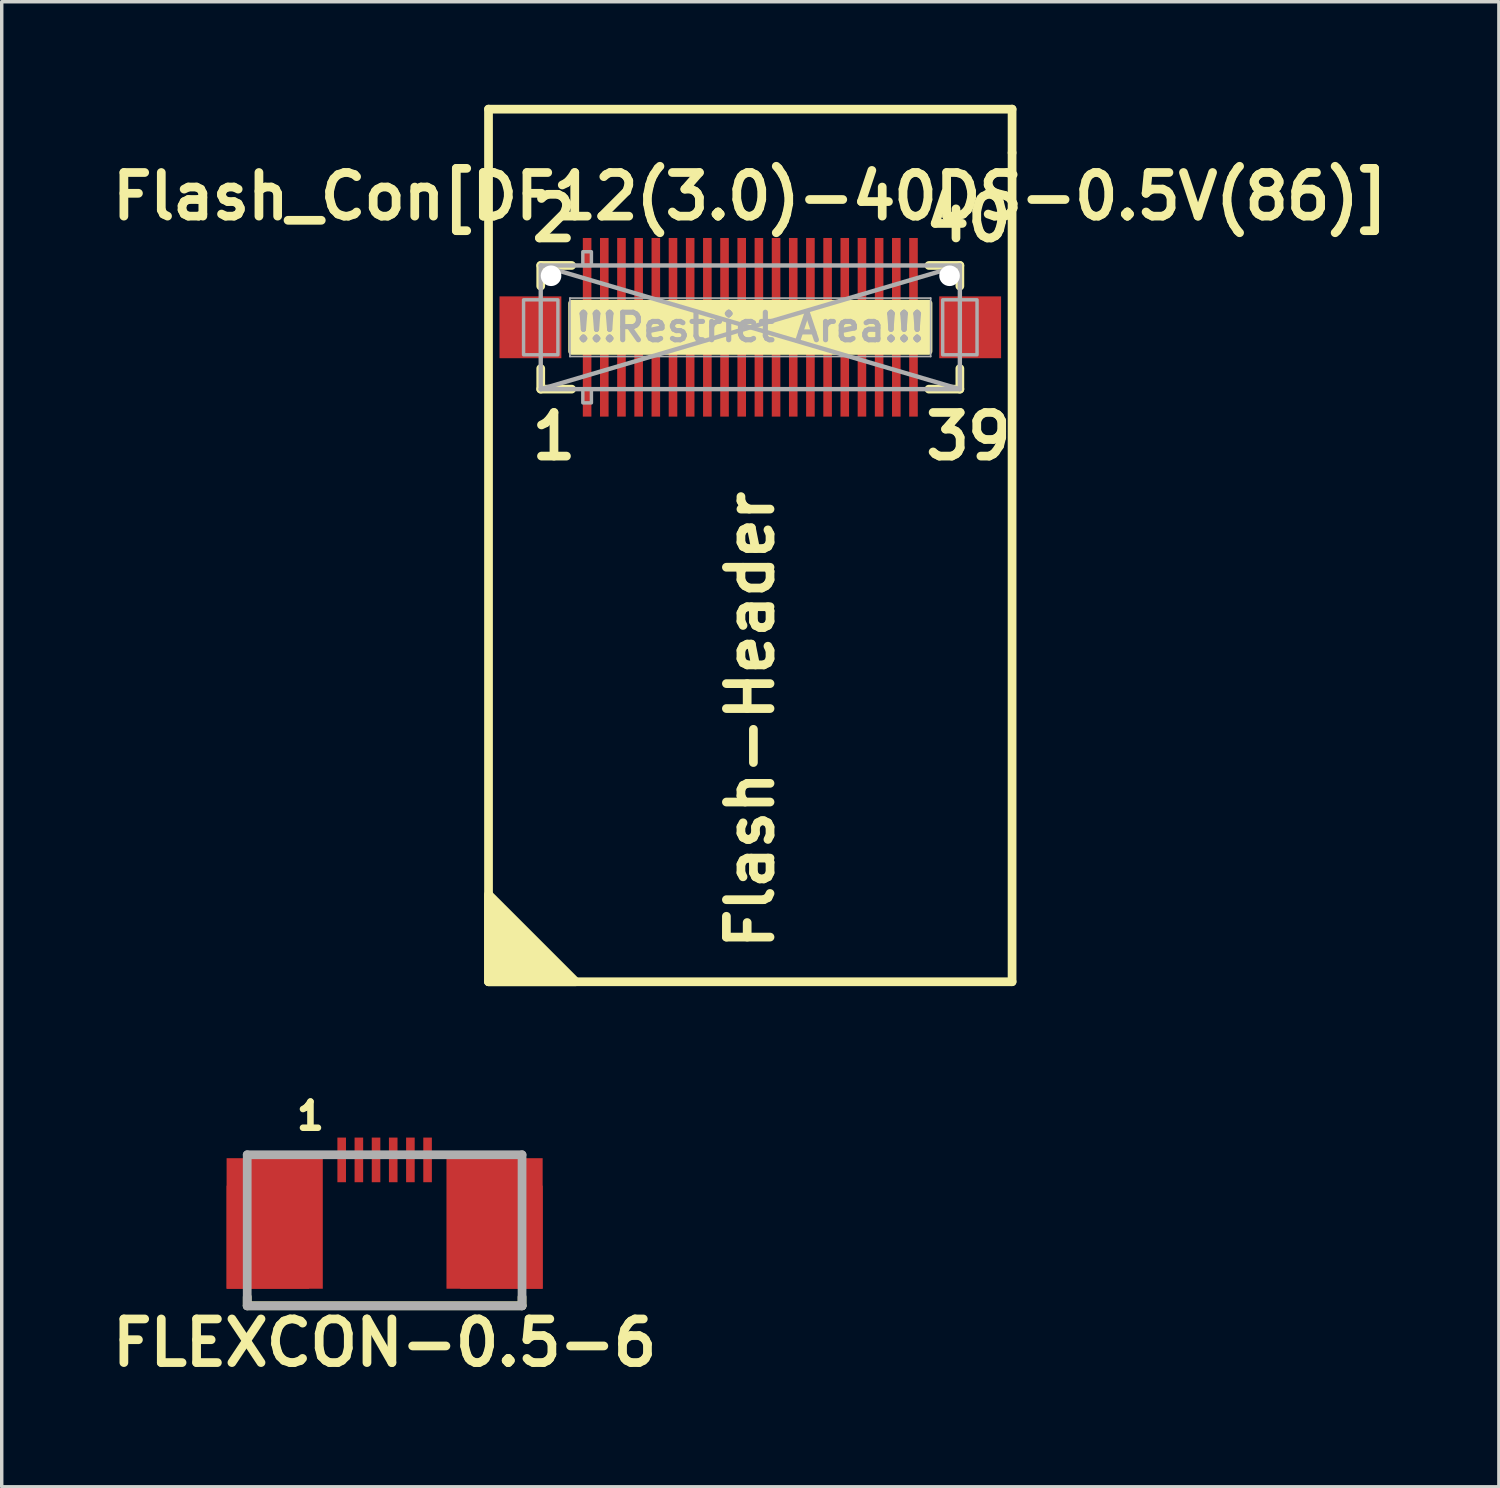
<source format=kicad_pcb>
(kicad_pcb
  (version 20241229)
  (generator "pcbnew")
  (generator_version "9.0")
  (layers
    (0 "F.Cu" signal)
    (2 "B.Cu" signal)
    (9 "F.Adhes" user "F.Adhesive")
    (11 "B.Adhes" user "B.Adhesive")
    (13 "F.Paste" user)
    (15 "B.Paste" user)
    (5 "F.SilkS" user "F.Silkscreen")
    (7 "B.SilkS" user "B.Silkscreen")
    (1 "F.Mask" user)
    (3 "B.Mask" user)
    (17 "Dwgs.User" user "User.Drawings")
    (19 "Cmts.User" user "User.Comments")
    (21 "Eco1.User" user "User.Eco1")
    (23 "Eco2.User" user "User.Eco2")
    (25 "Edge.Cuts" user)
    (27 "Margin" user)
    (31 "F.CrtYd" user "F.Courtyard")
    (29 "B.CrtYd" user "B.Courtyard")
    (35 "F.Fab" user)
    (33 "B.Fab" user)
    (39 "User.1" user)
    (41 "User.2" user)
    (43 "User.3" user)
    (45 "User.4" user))
  (footprint "Flash_Con[DF12(3.0)-40DS-0.5V(86)]"
    (layer "F.Cu")
    (at 18.79 6.477)
    (property "Reference" "Flash_Con[DF12(3.0)-40DS-0.5V(86)]" (at 0 -3.81 0) (layer "F.SilkS") (effects (font (size 1.27 1.27) (thickness 0.254))))
    (attr smd)
    (fp_line (start -7.62 -6.35) (end -7.62 19.05) (stroke (width 0.254) (type solid)) (layer "F.SilkS"))
    (fp_line (start -7.62 19.05) (end 7.62 19.05) (stroke (width 0.254) (type solid)) (layer "F.SilkS"))
    (fp_line (start -6.1 -1.8) (end -6.1 -1.2) (stroke (width 0.254) (type solid)) (layer "F.SilkS"))
    (fp_line (start -6.1 1.2) (end -6.1 1.8) (stroke (width 0.254) (type solid)) (layer "F.SilkS"))
    (fp_line (start -6.1 1.8) (end -5.2 1.8) (stroke (width 0.254) (type solid)) (layer "F.SilkS"))
    (fp_line (start -5.2 -1.8) (end -6.1 -1.8) (stroke (width 0.254) (type solid)) (layer "F.SilkS"))
    (fp_line (start 5.2 1.8) (end 6.1 1.8) (stroke (width 0.254) (type solid)) (layer "F.SilkS"))
    (fp_line (start 6.1 -1.8) (end 5.2 -1.8) (stroke (width 0.254) (type solid)) (layer "F.SilkS"))
    (fp_line (start 6.1 -1.2) (end 6.1 -1.8) (stroke (width 0.254) (type solid)) (layer "F.SilkS"))
    (fp_line (start 6.1 1.8) (end 6.1 1.2) (stroke (width 0.254) (type solid)) (layer "F.SilkS"))
    (fp_line (start 7.62 -6.35) (end -7.62 -6.35) (stroke (width 0.254) (type solid)) (layer "F.SilkS"))
    (fp_line (start 7.62 -5.08) (end 7.62 -6.35) (stroke (width 0.254) (type solid)) (layer "F.SilkS"))
    (fp_line (start 7.62 19.05) (end 7.62 -5.08) (stroke (width 0.254) (type solid)) (layer "F.SilkS"))
    (fp_poly (pts (xy -5.08 19.05) (xy -7.62 19.05) (xy -7.62 16.51)) (stroke (width 0.254) (type solid)) (fill yes) (layer "F.SilkS"))
    (fp_poly (pts (xy 5.2 0.7) (xy -5.2 0.7) (xy -5.2 -0.7) (xy 5.2 -0.7)) (stroke (width 0.2) (type solid)) (fill yes) (layer "F.SilkS"))
    (fp_line (start -6.1 -1.8) (end 6.1 -1.8) (stroke (width 0.127) (type solid)) (layer "F.Fab"))
    (fp_line (start -6.1 -1.8) (end 6.1 1.8) (stroke (width 0.127) (type solid)) (layer "F.Fab"))
    (fp_line (start -6.1 1.8) (end -6.1 -1.8) (stroke (width 0.127) (type solid)) (layer "F.Fab"))
    (fp_line (start -5.25 -0.85) (end 5.25 -0.85) (stroke (width 0.05) (type solid)) (layer "F.Fab"))
    (fp_line (start -5.25 0.85) (end -5.25 -0.85) (stroke (width 0.05) (type solid)) (layer "F.Fab"))
    (fp_line (start 5.25 -0.85) (end 5.25 0.85) (stroke (width 0.05) (type solid)) (layer "F.Fab"))
    (fp_line (start 5.25 0.85) (end -5.25 0.85) (stroke (width 0.05) (type solid)) (layer "F.Fab"))
    (fp_line (start 6.1 -1.8) (end -6.1 1.8) (stroke (width 0.127) (type solid)) (layer "F.Fab"))
    (fp_line (start 6.1 -1.8) (end 6.1 1.8) (stroke (width 0.127) (type solid)) (layer "F.Fab"))
    (fp_line (start 6.1 1.8) (end -6.1 1.8) (stroke (width 0.127) (type solid)) (layer "F.Fab"))
    (fp_poly (pts (xy -5.6 0.8) (xy -6.6 0.8) (xy -6.6 -0.8) (xy -5.6 -0.8)) (stroke (width 0.1) (type solid)) (fill no) (layer "F.Fab"))
    (fp_poly (pts (xy -4.875 1.8) (xy -4.625 1.8) (xy -4.625 2.2) (xy -4.875 2.2)) (stroke (width 0.1) (type solid)) (fill no) (layer "F.Fab"))
    (fp_poly (pts (xy -4.625 -1.8) (xy -4.875 -1.8) (xy -4.875 -2.2) (xy -4.625 -2.2)) (stroke (width 0.1) (type solid)) (fill no) (layer "F.Fab"))
    (fp_poly (pts (xy 6.6 0.8) (xy 5.6 0.8) (xy 5.6 -0.8) (xy 6.6 -0.8)) (stroke (width 0.1) (type solid)) (fill no) (layer "F.Fab"))
    (fp_text user "40" (at 6.35 -3.175 0) (layer "F.SilkS") (effects (font (size 1.27 1.27) (thickness 0.254))))
    (fp_text user "39" (at 6.35 3.175 0) (layer "F.SilkS") (effects (font (size 1.27 1.27) (thickness 0.254))))
    (fp_text user "Flash-Header" (at 0 11.43 90) (layer "F.SilkS") (effects (font (size 1.27 1.27) (thickness 0.254))))
    (fp_text user "2" (at -5.715 -3.175 0) (layer "F.SilkS") (effects (font (size 1.27 1.27) (thickness 0.254))))
    (fp_text user "1" (at -5.715 3.175 0) (layer "F.SilkS") (effects (font (size 1.27 1.27) (thickness 0.254))))
    (fp_text user "!!!Restrict Area!!!" (at 0 0 0) (layer "F.Fab") (effects (font (size 0.8 0.8) (thickness 0.15))))
    (pad "" np_thru_hole circle (at -5.8 -1.5) (size 0.6 0.6) (drill 0.6) (layers "*.Cu" "*.Mask"))
    (pad "" smd rect (at -4.75 -1.8) (size 0.23 1.6) (layers "F.Paste"))
    (pad "" smd rect (at -4.75 -1.8) (size 0.352 1.702) (layers "F.Mask"))
    (pad "" smd rect (at -4.75 1.8) (size 0.23 1.6) (layers "F.Paste"))
    (pad "" smd rect (at -4.75 1.8) (size 0.352 1.702) (layers "F.Mask"))
    (pad "" smd rect (at -4.25 -1.8) (size 0.23 1.6) (layers "F.Paste"))
    (pad "" smd rect (at -4.25 -1.8) (size 0.352 1.702) (layers "F.Mask"))
    (pad "" smd rect (at -4.25 1.8) (size 0.23 1.6) (layers "F.Paste"))
    (pad "" smd rect (at -4.25 1.8) (size 0.352 1.702) (layers "F.Mask"))
    (pad "" smd rect (at -3.75 -1.8) (size 0.23 1.6) (layers "F.Paste"))
    (pad "" smd rect (at -3.75 -1.8) (size 0.352 1.702) (layers "F.Mask"))
    (pad "" smd rect (at -3.75 1.8) (size 0.23 1.6) (layers "F.Paste"))
    (pad "" smd rect (at -3.75 1.8) (size 0.352 1.702) (layers "F.Mask"))
    (pad "" smd rect (at -3.25 -1.8) (size 0.23 1.6) (layers "F.Paste"))
    (pad "" smd rect (at -3.25 -1.8) (size 0.352 1.702) (layers "F.Mask"))
    (pad "" smd rect (at -3.25 1.8) (size 0.23 1.6) (layers "F.Paste"))
    (pad "" smd rect (at -3.25 1.8) (size 0.352 1.702) (layers "F.Mask"))
    (pad "" smd rect (at -2.75 -1.8) (size 0.23 1.6) (layers "F.Paste"))
    (pad "" smd rect (at -2.75 -1.8) (size 0.352 1.702) (layers "F.Mask"))
    (pad "" smd rect (at -2.75 1.8) (size 0.23 1.6) (layers "F.Paste"))
    (pad "" smd rect (at -2.75 1.8) (size 0.352 1.702) (layers "F.Mask"))
    (pad "" smd rect (at -2.25 -1.8) (size 0.23 1.6) (layers "F.Paste"))
    (pad "" smd rect (at -2.25 -1.8) (size 0.352 1.702) (layers "F.Mask"))
    (pad "" smd rect (at -2.25 1.8) (size 0.23 1.6) (layers "F.Paste"))
    (pad "" smd rect (at -2.25 1.8) (size 0.352 1.702) (layers "F.Mask"))
    (pad "" smd rect (at -1.75 -1.8) (size 0.23 1.6) (layers "F.Paste"))
    (pad "" smd rect (at -1.75 -1.8) (size 0.352 1.702) (layers "F.Mask"))
    (pad "" smd rect (at -1.75 1.8) (size 0.23 1.6) (layers "F.Paste"))
    (pad "" smd rect (at -1.75 1.8) (size 0.352 1.702) (layers "F.Mask"))
    (pad "" smd rect (at -1.25 -1.8) (size 0.23 1.6) (layers "F.Paste"))
    (pad "" smd rect (at -1.25 -1.8) (size 0.352 1.702) (layers "F.Mask"))
    (pad "" smd rect (at -1.25 1.8) (size 0.23 1.6) (layers "F.Paste"))
    (pad "" smd rect (at -1.25 1.8) (size 0.352 1.702) (layers "F.Mask"))
    (pad "" smd rect (at -0.75 -1.8) (size 0.23 1.6) (layers "F.Paste"))
    (pad "" smd rect (at -0.75 -1.8) (size 0.352 1.702) (layers "F.Mask"))
    (pad "" smd rect (at -0.75 1.8) (size 0.23 1.6) (layers "F.Paste"))
    (pad "" smd rect (at -0.75 1.8) (size 0.352 1.702) (layers "F.Mask"))
    (pad "" smd rect (at -0.25 -1.8) (size 0.23 1.6) (layers "F.Paste"))
    (pad "" smd rect (at -0.25 -1.8) (size 0.352 1.702) (layers "F.Mask"))
    (pad "" smd rect (at -0.25 1.8) (size 0.23 1.6) (layers "F.Paste"))
    (pad "" smd rect (at -0.25 1.8) (size 0.352 1.702) (layers "F.Mask"))
    (pad "" smd rect (at 0.25 -1.8) (size 0.23 1.6) (layers "F.Paste"))
    (pad "" smd rect (at 0.25 -1.8) (size 0.352 1.702) (layers "F.Mask"))
    (pad "" smd rect (at 0.25 1.8) (size 0.23 1.6) (layers "F.Paste"))
    (pad "" smd rect (at 0.25 1.8) (size 0.352 1.702) (layers "F.Mask"))
    (pad "" smd rect (at 0.75 -1.8) (size 0.23 1.6) (layers "F.Paste"))
    (pad "" smd rect (at 0.75 -1.8) (size 0.352 1.702) (layers "F.Mask"))
    (pad "" smd rect (at 0.75 1.8) (size 0.23 1.6) (layers "F.Paste"))
    (pad "" smd rect (at 0.75 1.8) (size 0.352 1.702) (layers "F.Mask"))
    (pad "" smd rect (at 1.25 -1.8) (size 0.23 1.6) (layers "F.Paste"))
    (pad "" smd rect (at 1.25 -1.8) (size 0.352 1.702) (layers "F.Mask"))
    (pad "" smd rect (at 1.25 1.8) (size 0.23 1.6) (layers "F.Paste"))
    (pad "" smd rect (at 1.25 1.8) (size 0.352 1.702) (layers "F.Mask"))
    (pad "" smd rect (at 1.75 -1.8) (size 0.23 1.6) (layers "F.Paste"))
    (pad "" smd rect (at 1.75 -1.8) (size 0.352 1.702) (layers "F.Mask"))
    (pad "" smd rect (at 1.75 1.8) (size 0.23 1.6) (layers "F.Paste"))
    (pad "" smd rect (at 1.75 1.8) (size 0.352 1.702) (layers "F.Mask"))
    (pad "" smd rect (at 2.25 -1.8) (size 0.23 1.6) (layers "F.Paste"))
    (pad "" smd rect (at 2.25 -1.8) (size 0.352 1.702) (layers "F.Mask"))
    (pad "" smd rect (at 2.25 1.8) (size 0.23 1.6) (layers "F.Paste"))
    (pad "" smd rect (at 2.25 1.8) (size 0.352 1.702) (layers "F.Mask"))
    (pad "" smd rect (at 2.75 -1.8) (size 0.23 1.6) (layers "F.Paste"))
    (pad "" smd rect (at 2.75 -1.8) (size 0.352 1.702) (layers "F.Mask"))
    (pad "" smd rect (at 2.75 1.8) (size 0.23 1.6) (layers "F.Paste"))
    (pad "" smd rect (at 2.75 1.8) (size 0.352 1.702) (layers "F.Mask"))
    (pad "" smd rect (at 3.25 -1.8) (size 0.23 1.6) (layers "F.Paste"))
    (pad "" smd rect (at 3.25 -1.8) (size 0.352 1.702) (layers "F.Mask"))
    (pad "" smd rect (at 3.25 1.8) (size 0.23 1.6) (layers "F.Paste"))
    (pad "" smd rect (at 3.25 1.8) (size 0.352 1.702) (layers "F.Mask"))
    (pad "" smd rect (at 3.75 -1.8) (size 0.23 1.6) (layers "F.Paste"))
    (pad "" smd rect (at 3.75 -1.8) (size 0.352 1.702) (layers "F.Mask"))
    (pad "" smd rect (at 3.75 1.8) (size 0.23 1.6) (layers "F.Paste"))
    (pad "" smd rect (at 3.75 1.8) (size 0.352 1.702) (layers "F.Mask"))
    (pad "" smd rect (at 4.25 -1.8) (size 0.23 1.6) (layers "F.Paste"))
    (pad "" smd rect (at 4.25 -1.8) (size 0.352 1.702) (layers "F.Mask"))
    (pad "" smd rect (at 4.25 1.8) (size 0.23 1.6) (layers "F.Paste"))
    (pad "" smd rect (at 4.25 1.8) (size 0.352 1.702) (layers "F.Mask"))
    (pad "" smd rect (at 4.75 -1.8) (size 0.23 1.6) (layers "F.Paste"))
    (pad "" smd rect (at 4.75 -1.8) (size 0.352 1.702) (layers "F.Mask"))
    (pad "" smd rect (at 4.75 1.8) (size 0.23 1.6) (layers "F.Paste"))
    (pad "" smd rect (at 4.75 1.8) (size 0.352 1.702) (layers "F.Mask"))
    (pad "" np_thru_hole circle (at 5.8 -1.5) (size 0.6 0.6) (drill 0.6) (layers "*.Cu" "*.Mask"))
    (pad "0" smd rect (at -6.4 0) (size 1.8 1.8) (layers "F.Cu" "F.Mask" "F.Paste"))
    (pad "0" smd rect (at 6.4 0) (size 1.8 1.8) (layers "F.Cu" "F.Mask" "F.Paste"))
    (pad "1" smd rect (at -4.75 1.4) (size 0.25 2.4) (layers "F.Cu"))
    (pad "2" smd rect (at -4.75 -1.4) (size 0.25 2.4) (layers "F.Cu"))
    (pad "3" smd rect (at -4.25 1.4) (size 0.25 2.4) (layers "F.Cu"))
    (pad "4" smd rect (at -4.25 -1.4) (size 0.25 2.4) (layers "F.Cu"))
    (pad "5" smd rect (at -3.75 1.4) (size 0.25 2.4) (layers "F.Cu"))
    (pad "6" smd rect (at -3.75 -1.4) (size 0.25 2.4) (layers "F.Cu"))
    (pad "7" smd rect (at -3.25 1.4) (size 0.25 2.4) (layers "F.Cu"))
    (pad "8" smd rect (at -3.25 -1.4) (size 0.25 2.4) (layers "F.Cu"))
    (pad "9" smd rect (at -2.75 1.4) (size 0.25 2.4) (layers "F.Cu"))
    (pad "10" smd rect (at -2.75 -1.4) (size 0.25 2.4) (layers "F.Cu"))
    (pad "11" smd rect (at -2.25 1.4) (size 0.25 2.4) (layers "F.Cu"))
    (pad "12" smd rect (at -2.25 -1.4) (size 0.25 2.4) (layers "F.Cu"))
    (pad "13" smd rect (at -1.75 1.4) (size 0.25 2.4) (layers "F.Cu"))
    (pad "14" smd rect (at -1.75 -1.4) (size 0.25 2.4) (layers "F.Cu"))
    (pad "15" smd rect (at -1.25 1.4) (size 0.25 2.4) (layers "F.Cu"))
    (pad "16" smd rect (at -1.25 -1.4) (size 0.25 2.4) (layers "F.Cu"))
    (pad "17" smd rect (at -0.75 1.4) (size 0.25 2.4) (layers "F.Cu"))
    (pad "18" smd rect (at -0.75 -1.4) (size 0.25 2.4) (layers "F.Cu"))
    (pad "19" smd rect (at -0.25 1.4) (size 0.25 2.4) (layers "F.Cu"))
    (pad "20" smd rect (at -0.25 -1.4) (size 0.25 2.4) (layers "F.Cu"))
    (pad "21" smd rect (at 0.25 1.4) (size 0.25 2.4) (layers "F.Cu"))
    (pad "22" smd rect (at 0.25 -1.4) (size 0.25 2.4) (layers "F.Cu"))
    (pad "23" smd rect (at 0.75 1.4) (size 0.25 2.4) (layers "F.Cu"))
    (pad "24" smd rect (at 0.75 -1.4) (size 0.25 2.4) (layers "F.Cu"))
    (pad "25" smd rect (at 1.25 1.4) (size 0.25 2.4) (layers "F.Cu"))
    (pad "26" smd rect (at 1.25 -1.4) (size 0.25 2.4) (layers "F.Cu"))
    (pad "27" smd rect (at 1.75 1.4) (size 0.25 2.4) (layers "F.Cu"))
    (pad "28" smd rect (at 1.75 -1.4) (size 0.25 2.4) (layers "F.Cu"))
    (pad "29" smd rect (at 2.25 1.4) (size 0.25 2.4) (layers "F.Cu"))
    (pad "30" smd rect (at 2.25 -1.4) (size 0.25 2.4) (layers "F.Cu"))
    (pad "31" smd rect (at 2.75 1.4) (size 0.25 2.4) (layers "F.Cu"))
    (pad "32" smd rect (at 2.75 -1.4) (size 0.25 2.4) (layers "F.Cu"))
    (pad "33" smd rect (at 3.25 1.4) (size 0.25 2.4) (layers "F.Cu"))
    (pad "34" smd rect (at 3.25 -1.4) (size 0.25 2.4) (layers "F.Cu"))
    (pad "35" smd rect (at 3.75 1.4) (size 0.25 2.4) (layers "F.Cu"))
    (pad "36" smd rect (at 3.75 -1.4) (size 0.25 2.4) (layers "F.Cu"))
    (pad "37" smd rect (at 4.25 1.4) (size 0.25 2.4) (layers "F.Cu"))
    (pad "38" smd rect (at 4.25 -1.4) (size 0.25 2.4) (layers "F.Cu"))
    (pad "39" smd rect (at 4.75 1.4) (size 0.25 2.4) (layers "F.Cu"))
    (pad "40" smd rect (at 4.75 -1.4) (size 0.25 2.4) (layers "F.Cu")))
  (footprint "FLEXCON-0.5-6"
    (layer "F.Cu")
    (at 8.146 32.863)
    (property "Reference" "FLEXCON-0.5-6" (at 0 3.175 180) (layer "F.SilkS") (effects (font (size 1.27 1.27) (thickness 0.254))))
    (attr smd)
    (fp_line (start -4 2.095) (end -4 1.841) (stroke (width 0.254) (type solid)) (layer "F.SilkS"))
    (fp_line (start -4 2.095) (end 4 2.095) (stroke (width 0.254) (type solid)) (layer "F.SilkS"))
    (fp_line (start 4 2.095) (end 4 1.841) (stroke (width 0.254) (type solid)) (layer "F.SilkS"))
    (fp_line (start -4 -2.3) (end -4 2.1) (stroke (width 0.254) (type solid)) (layer "F.Fab"))
    (fp_line (start -4 2.1) (end 4 2.1) (stroke (width 0.254) (type solid)) (layer "F.Fab"))
    (fp_line (start 4 -2.3) (end -4 -2.3) (stroke (width 0.254) (type solid)) (layer "F.Fab"))
    (fp_line (start 4 2.1) (end 4 -2.3) (stroke (width 0.254) (type solid)) (layer "F.Fab"))
    (fp_text user "1" (at -2.159 -3.429 180) (layer "F.SilkS") (effects (font (size 0.762 0.762) (thickness 0.191))))
    (pad "0" smd rect (at -3.4 0.1) (size 2.4 3) (layers "F.Cu" "F.Mask" "F.Paste"))
    (pad "0" smd rect (at -3.2 -0.3) (size 2.8 3.8) (layers "F.Cu"))
    (pad "0" smd rect (at 3.2 -0.3) (size 2.8 3.8) (layers "F.Cu"))
    (pad "0" smd rect (at 3.4 0.1) (size 2.4 3) (layers "F.Cu" "F.Mask" "F.Paste"))
    (pad "1" smd rect (at -1.25 -2.15) (size 0.25 1.3) (layers "F.Cu" "F.Mask" "F.Paste"))
    (pad "2" smd rect (at -0.75 -2.15) (size 0.25 1.3) (layers "F.Cu" "F.Mask" "F.Paste"))
    (pad "3" smd rect (at -0.25 -2.15) (size 0.25 1.3) (layers "F.Cu" "F.Mask" "F.Paste"))
    (pad "4" smd rect (at 0.25 -2.15) (size 0.25 1.3) (layers "F.Cu" "F.Mask" "F.Paste"))
    (pad "5" smd rect (at 0.75 -2.15) (size 0.25 1.3) (layers "F.Cu" "F.Mask" "F.Paste"))
    (pad "6" smd rect (at 1.25 -2.15) (size 0.25 1.3) (layers "F.Cu" "F.Mask" "F.Paste")))
  (gr_rect
    (start -3 -3)
    (end 40.58 40.227)
    (stroke (width 0.1) (type default))
    (fill no)
    (layer "Edge.Cuts")))
</source>
